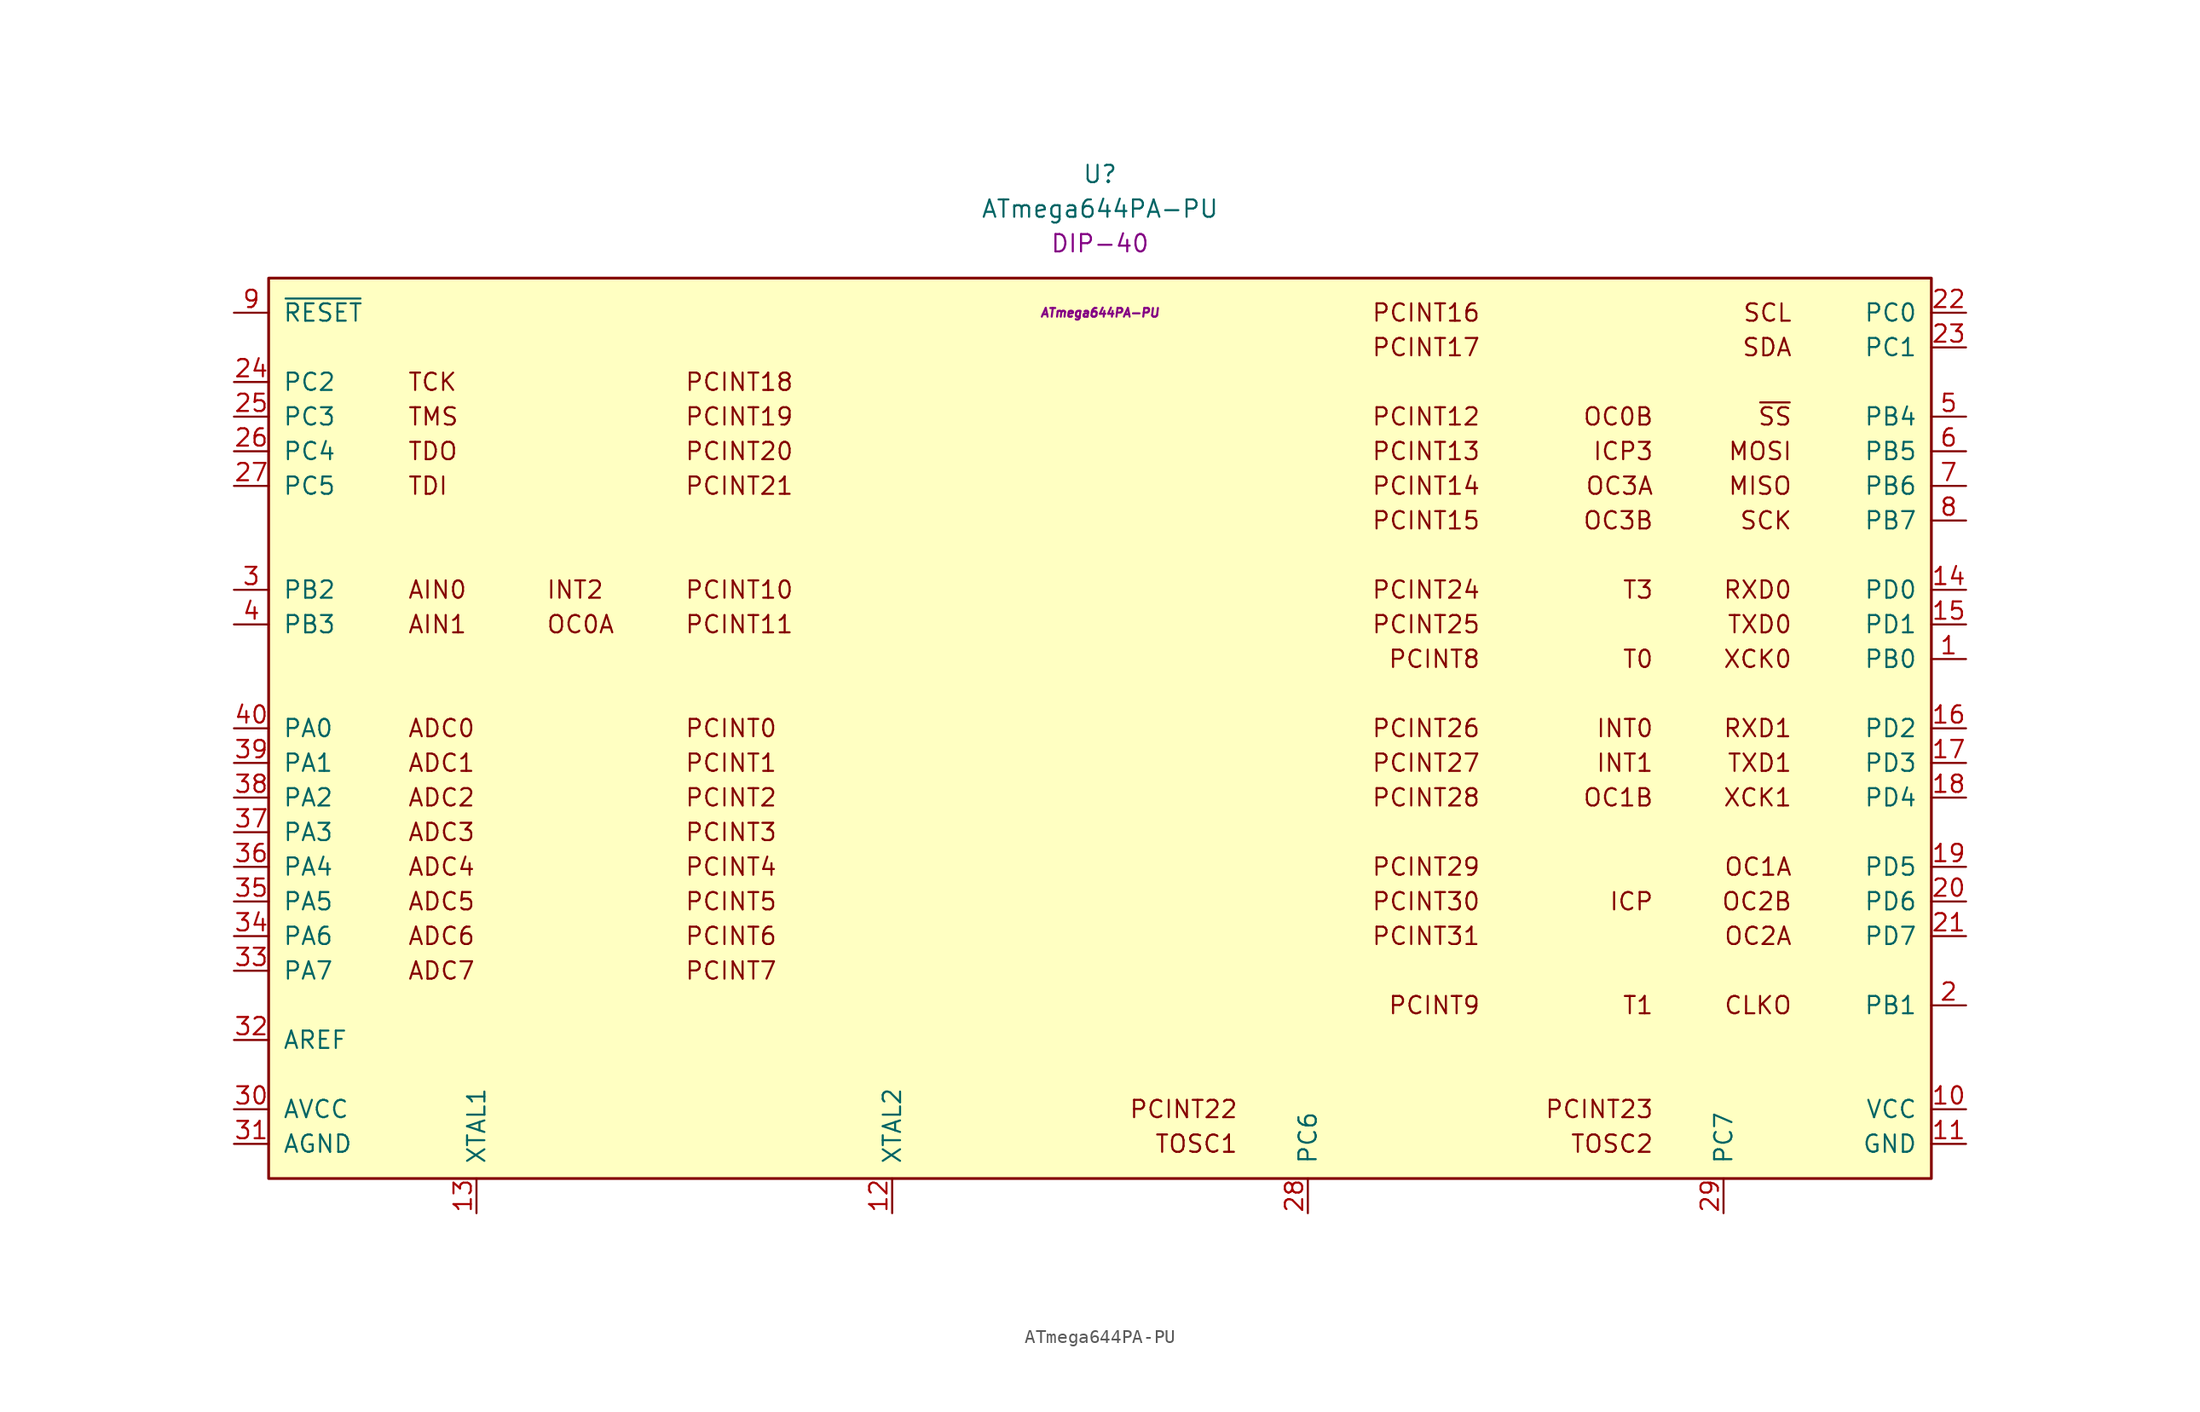
<source format=kicad_sym>
(kicad_symbol_lib
  (version 20231120)
  (generator "kicad_symbol_editor")
  (generator_version "8.0")
  (symbol "ATmega644PA-PU"
    (pin_names
      (offset 1.016))
    (property "Reference" "U"
      (at 0 40.64 0)
      (effects (font (size 1.27 1.27))))
    (property "Value" "ATmega644PA-PU"
      (at 0 38.1 0)
      (effects (font (size 1.27 1.27))))
    (property "Package" "DIP-40"
      (at 0 35.56 0)
      (effects (font (size 1.27 1.27))))
    (property "MPN" "ATmega644PA-PU"
      (at 0 30.48 0)
      (effects (font (size 0.635 0.635) (italic yes))))
    (symbol "ATmega644PA-PU_0_0"
      (rectangle (start -60.96 33.02) (end 60.96 -33.02) (stroke (width 0.203) (type default)) (fill (type background)))
      (text "ADC0" (at -50.8 0 0) (effects (font (size 1.27 1.27)) (justify left)))
      (text "ADC1" (at -50.8 -2.54 0) (effects (font (size 1.27 1.27)) (justify left)))
      (text "ADC2" (at -50.8 -5.08 0) (effects (font (size 1.27 1.27)) (justify left)))
      (text "ADC3" (at -50.8 -7.62 0) (effects (font (size 1.27 1.27)) (justify left)))
      (text "ADC4" (at -50.8 -10.16 0) (effects (font (size 1.27 1.27)) (justify left)))
      (text "ADC5" (at -50.8 -12.7 0) (effects (font (size 1.27 1.27)) (justify left)))
      (text "ADC6" (at -50.8 -15.24 0) (effects (font (size 1.27 1.27)) (justify left)))
      (text "ADC7" (at -50.8 -17.78 0) (effects (font (size 1.27 1.27)) (justify left)))
      (text "AIN0" (at -50.8 10.16 0) (effects (font (size 1.27 1.27)) (justify left)))
      (text "AIN1" (at -50.8 7.62 0) (effects (font (size 1.27 1.27)) (justify left)))
      (text "CLKO" (at 50.8 -20.32 0) (effects (font (size 1.27 1.27)) (justify right)))
      (text "ICP" (at 40.64 -12.7 0) (effects (font (size 1.27 1.27)) (justify right)))
      (text "ICP3" (at 40.64 20.32 0) (effects (font (size 1.27 1.27)) (justify right)))
      (text "INT0" (at 40.64 0 0) (effects (font (size 1.27 1.27)) (justify right)))
      (text "INT1" (at 40.64 -2.54 0) (effects (font (size 1.27 1.27)) (justify right)))
      (text "INT2" (at -40.64 10.16 0) (effects (font (size 1.27 1.27)) (justify left)))
      (text "MISO" (at 50.8 17.78 0) (effects (font (size 1.27 1.27)) (justify right)))
      (text "MOSI" (at 50.8 20.32 0) (effects (font (size 1.27 1.27)) (justify right)))
      (text "OC0A" (at -40.64 7.62 0) (effects (font (size 1.27 1.27)) (justify left)))
      (text "OC0B" (at 40.64 22.86 0) (effects (font (size 1.27 1.27)) (justify right)))
      (text "OC1A" (at 50.8 -10.16 0) (effects (font (size 1.27 1.27)) (justify right)))
      (text "OC1B" (at 40.64 -5.08 0) (effects (font (size 1.27 1.27)) (justify right)))
      (text "OC2A" (at 50.8 -15.24 0) (effects (font (size 1.27 1.27)) (justify right)))
      (text "OC2B" (at 50.8 -12.7 0) (effects (font (size 1.27 1.27)) (justify right)))
      (text "OC3A" (at 40.64 17.78 0) (effects (font (size 1.27 1.27)) (justify right)))
      (text "OC3B" (at 40.64 15.24 0) (effects (font (size 1.27 1.27)) (justify right)))
      (text "PCINT0" (at -30.48 0 0) (effects (font (size 1.27 1.27)) (justify left)))
      (text "PCINT1" (at -30.48 -2.54 0) (effects (font (size 1.27 1.27)) (justify left)))
      (text "PCINT10" (at -30.48 10.16 0) (effects (font (size 1.27 1.27)) (justify left)))
      (text "PCINT11" (at -30.48 7.62 0) (effects (font (size 1.27 1.27)) (justify left)))
      (text "PCINT12" (at 27.94 22.86 0) (effects (font (size 1.27 1.27)) (justify right)))
      (text "PCINT13" (at 27.94 20.32 0) (effects (font (size 1.27 1.27)) (justify right)))
      (text "PCINT14" (at 27.94 17.78 0) (effects (font (size 1.27 1.27)) (justify right)))
      (text "PCINT15" (at 27.94 15.24 0) (effects (font (size 1.27 1.27)) (justify right)))
      (text "PCINT16" (at 27.94 30.48 0) (effects (font (size 1.27 1.27)) (justify right)))
      (text "PCINT17" (at 27.94 27.94 0) (effects (font (size 1.27 1.27)) (justify right)))
      (text "PCINT18" (at -30.48 25.4 0) (effects (font (size 1.27 1.27)) (justify left)))
      (text "PCINT19" (at -30.48 22.86 0) (effects (font (size 1.27 1.27)) (justify left)))
      (text "PCINT2" (at -30.48 -5.08 0) (effects (font (size 1.27 1.27)) (justify left)))
      (text "PCINT20" (at -30.48 20.32 0) (effects (font (size 1.27 1.27)) (justify left)))
      (text "PCINT21" (at -30.48 17.78 0) (effects (font (size 1.27 1.27)) (justify left)))
      (text "PCINT22" (at 10.16 -27.94 0) (effects (font (size 1.27 1.27)) (justify right)))
      (text "PCINT23" (at 40.64 -27.94 0) (effects (font (size 1.27 1.27)) (justify right)))
      (text "PCINT24" (at 27.94 10.16 0) (effects (font (size 1.27 1.27)) (justify right)))
      (text "PCINT25" (at 27.94 7.62 0) (effects (font (size 1.27 1.27)) (justify right)))
      (text "PCINT26" (at 27.94 0 0) (effects (font (size 1.27 1.27)) (justify right)))
      (text "PCINT27" (at 27.94 -2.54 0) (effects (font (size 1.27 1.27)) (justify right)))
      (text "PCINT28" (at 27.94 -5.08 0) (effects (font (size 1.27 1.27)) (justify right)))
      (text "PCINT29" (at 27.94 -10.16 0) (effects (font (size 1.27 1.27)) (justify right)))
      (text "PCINT3" (at -30.48 -7.62 0) (effects (font (size 1.27 1.27)) (justify left)))
      (text "PCINT30" (at 27.94 -12.7 0) (effects (font (size 1.27 1.27)) (justify right)))
      (text "PCINT31" (at 27.94 -15.24 0) (effects (font (size 1.27 1.27)) (justify right)))
      (text "PCINT4" (at -30.48 -10.16 0) (effects (font (size 1.27 1.27)) (justify left)))
      (text "PCINT5" (at -30.48 -12.7 0) (effects (font (size 1.27 1.27)) (justify left)))
      (text "PCINT6" (at -30.48 -15.24 0) (effects (font (size 1.27 1.27)) (justify left)))
      (text "PCINT7" (at -30.48 -17.78 0) (effects (font (size 1.27 1.27)) (justify left)))
      (text "PCINT8" (at 27.94 5.08 0) (effects (font (size 1.27 1.27)) (justify right)))
      (text "PCINT9" (at 27.94 -20.32 0) (effects (font (size 1.27 1.27)) (justify right)))
      (text "RXD0" (at 50.8 10.16 0) (effects (font (size 1.27 1.27)) (justify right)))
      (text "RXD1" (at 50.8 0 0) (effects (font (size 1.27 1.27)) (justify right)))
      (text "SCK" (at 50.8 15.24 0) (effects (font (size 1.27 1.27)) (justify right)))
      (text "SCL" (at 50.8 30.48 0) (effects (font (size 1.27 1.27)) (justify right)))
      (text "SDA" (at 50.8 27.94 0) (effects (font (size 1.27 1.27)) (justify right)))
      (text "T0" (at 40.64 5.08 0) (effects (font (size 1.27 1.27)) (justify right)))
      (text "T1" (at 40.64 -20.32 0) (effects (font (size 1.27 1.27)) (justify right)))
      (text "T3" (at 40.64 10.16 0) (effects (font (size 1.27 1.27)) (justify right)))
      (text "TCK" (at -50.8 25.4 0) (effects (font (size 1.27 1.27)) (justify left)))
      (text "TDI" (at -50.8 17.78 0) (effects (font (size 1.27 1.27)) (justify left)))
      (text "TDO" (at -50.8 20.32 0) (effects (font (size 1.27 1.27)) (justify left)))
      (text "TMS" (at -50.8 22.86 0) (effects (font (size 1.27 1.27)) (justify left)))
      (text "TOSC1" (at 10.16 -30.48 0) (effects (font (size 1.27 1.27)) (justify right)))
      (text "TOSC2" (at 40.64 -30.48 0) (effects (font (size 1.27 1.27)) (justify right)))
      (text "TXD0" (at 50.8 7.62 0) (effects (font (size 1.27 1.27)) (justify right)))
      (text "TXD1" (at 50.8 -2.54 0) (effects (font (size 1.27 1.27)) (justify right)))
      (text "XCK0" (at 50.8 5.08 0) (effects (font (size 1.27 1.27)) (justify right)))
      (text "XCK1" (at 50.8 -5.08 0) (effects (font (size 1.27 1.27)) (justify right)))
      (text "~{SS}" (at 50.8 22.86 0) (effects (font (size 1.27 1.27)) (justify right))))
    (symbol "ATmega644PA-PU_1_1"
      (pin bidirectional line (at 63.5 5.08 180) (length 2.54) (name "PB0" (effects (font (size 1.27 1.27)))) (number "1" (effects (font (size 1.27 1.27)))))
      (pin power_in line (at 63.5 -27.94 180) (length 2.54) (name "VCC" (effects (font (size 1.27 1.27)))) (number "10" (effects (font (size 1.27 1.27)))))
      (pin power_in line (at 63.5 -30.48 180) (length 2.54) (name "GND" (effects (font (size 1.27 1.27)))) (number "11" (effects (font (size 1.27 1.27)))))
      (pin bidirectional line (at -15.24 -35.56 90) (length 2.54) (name "XTAL2" (effects (font (size 1.27 1.27)))) (number "12" (effects (font (size 1.27 1.27)))))
      (pin bidirectional line (at -45.72 -35.56 90) (length 2.54) (name "XTAL1" (effects (font (size 1.27 1.27)))) (number "13" (effects (font (size 1.27 1.27)))))
      (pin bidirectional line (at 63.5 10.16 180) (length 2.54) (name "PD0" (effects (font (size 1.27 1.27)))) (number "14" (effects (font (size 1.27 1.27)))))
      (pin bidirectional line (at 63.5 7.62 180) (length 2.54) (name "PD1" (effects (font (size 1.27 1.27)))) (number "15" (effects (font (size 1.27 1.27)))))
      (pin bidirectional line (at 63.5 0 180) (length 2.54) (name "PD2" (effects (font (size 1.27 1.27)))) (number "16" (effects (font (size 1.27 1.27)))))
      (pin bidirectional line (at 63.5 -2.54 180) (length 2.54) (name "PD3" (effects (font (size 1.27 1.27)))) (number "17" (effects (font (size 1.27 1.27)))))
      (pin bidirectional line (at 63.5 -5.08 180) (length 2.54) (name "PD4" (effects (font (size 1.27 1.27)))) (number "18" (effects (font (size 1.27 1.27)))))
      (pin bidirectional line (at 63.5 -10.16 180) (length 2.54) (name "PD5" (effects (font (size 1.27 1.27)))) (number "19" (effects (font (size 1.27 1.27)))))
      (pin bidirectional line (at 63.5 -20.32 180) (length 2.54) (name "PB1" (effects (font (size 1.27 1.27)))) (number "2" (effects (font (size 1.27 1.27)))))
      (pin bidirectional line (at 63.5 -12.7 180) (length 2.54) (name "PD6" (effects (font (size 1.27 1.27)))) (number "20" (effects (font (size 1.27 1.27)))))
      (pin bidirectional line (at 63.5 -15.24 180) (length 2.54) (name "PD7" (effects (font (size 1.27 1.27)))) (number "21" (effects (font (size 1.27 1.27)))))
      (pin bidirectional line (at 63.5 30.48 180) (length 2.54) (name "PC0" (effects (font (size 1.27 1.27)))) (number "22" (effects (font (size 1.27 1.27)))))
      (pin bidirectional line (at 63.5 27.94 180) (length 2.54) (name "PC1" (effects (font (size 1.27 1.27)))) (number "23" (effects (font (size 1.27 1.27)))))
      (pin bidirectional line (at -63.5 25.4 0) (length 2.54) (name "PC2" (effects (font (size 1.27 1.27)))) (number "24" (effects (font (size 1.27 1.27)))))
      (pin bidirectional line (at -63.5 22.86 0) (length 2.54) (name "PC3" (effects (font (size 1.27 1.27)))) (number "25" (effects (font (size 1.27 1.27)))))
      (pin bidirectional line (at -63.5 20.32 0) (length 2.54) (name "PC4" (effects (font (size 1.27 1.27)))) (number "26" (effects (font (size 1.27 1.27)))))
      (pin bidirectional line (at -63.5 17.78 0) (length 2.54) (name "PC5" (effects (font (size 1.27 1.27)))) (number "27" (effects (font (size 1.27 1.27)))))
      (pin bidirectional line (at 15.24 -35.56 90) (length 2.54) (name "PC6" (effects (font (size 1.27 1.27)))) (number "28" (effects (font (size 1.27 1.27)))))
      (pin bidirectional line (at 45.72 -35.56 90) (length 2.54) (name "PC7" (effects (font (size 1.27 1.27)))) (number "29" (effects (font (size 1.27 1.27)))))
      (pin bidirectional line (at -63.5 10.16 0) (length 2.54) (name "PB2" (effects (font (size 1.27 1.27)))) (number "3" (effects (font (size 1.27 1.27)))))
      (pin power_in line (at -63.5 -27.94 0) (length 2.54) (name "AVCC" (effects (font (size 1.27 1.27)))) (number "30" (effects (font (size 1.27 1.27)))))
      (pin power_in line (at -63.5 -30.48 0) (length 2.54) (name "AGND" (effects (font (size 1.27 1.27)))) (number "31" (effects (font (size 1.27 1.27)))))
      (pin input line (at -63.5 -22.86 0) (length 2.54) (name "AREF" (effects (font (size 1.27 1.27)))) (number "32" (effects (font (size 1.27 1.27)))))
      (pin bidirectional line (at -63.5 -17.78 0) (length 2.54) (name "PA7" (effects (font (size 1.27 1.27)))) (number "33" (effects (font (size 1.27 1.27)))))
      (pin bidirectional line (at -63.5 -15.24 0) (length 2.54) (name "PA6" (effects (font (size 1.27 1.27)))) (number "34" (effects (font (size 1.27 1.27)))))
      (pin bidirectional line (at -63.5 -12.7 0) (length 2.54) (name "PA5" (effects (font (size 1.27 1.27)))) (number "35" (effects (font (size 1.27 1.27)))))
      (pin bidirectional line (at -63.5 -10.16 0) (length 2.54) (name "PA4" (effects (font (size 1.27 1.27)))) (number "36" (effects (font (size 1.27 1.27)))))
      (pin bidirectional line (at -63.5 -7.62 0) (length 2.54) (name "PA3" (effects (font (size 1.27 1.27)))) (number "37" (effects (font (size 1.27 1.27)))))
      (pin bidirectional line (at -63.5 -5.08 0) (length 2.54) (name "PA2" (effects (font (size 1.27 1.27)))) (number "38" (effects (font (size 1.27 1.27)))))
      (pin bidirectional line (at -63.5 -2.54 0) (length 2.54) (name "PA1" (effects (font (size 1.27 1.27)))) (number "39" (effects (font (size 1.27 1.27)))))
      (pin bidirectional line (at -63.5 7.62 0) (length 2.54) (name "PB3" (effects (font (size 1.27 1.27)))) (number "4" (effects (font (size 1.27 1.27)))))
      (pin bidirectional line (at -63.5 0 0) (length 2.54) (name "PA0" (effects (font (size 1.27 1.27)))) (number "40" (effects (font (size 1.27 1.27)))))
      (pin bidirectional line (at 63.5 22.86 180) (length 2.54) (name "PB4" (effects (font (size 1.27 1.27)))) (number "5" (effects (font (size 1.27 1.27)))))
      (pin bidirectional line (at 63.5 20.32 180) (length 2.54) (name "PB5" (effects (font (size 1.27 1.27)))) (number "6" (effects (font (size 1.27 1.27)))))
      (pin bidirectional line (at 63.5 17.78 180) (length 2.54) (name "PB6" (effects (font (size 1.27 1.27)))) (number "7" (effects (font (size 1.27 1.27)))))
      (pin bidirectional line (at 63.5 15.24 180) (length 2.54) (name "PB7" (effects (font (size 1.27 1.27)))) (number "8" (effects (font (size 1.27 1.27)))))
      (pin input line (at -63.5 30.48 0) (length 2.54) (name "~{RESET}" (effects (font (size 1.27 1.27)))) (number "9" (effects (font (size 1.27 1.27))))))))
</source>
